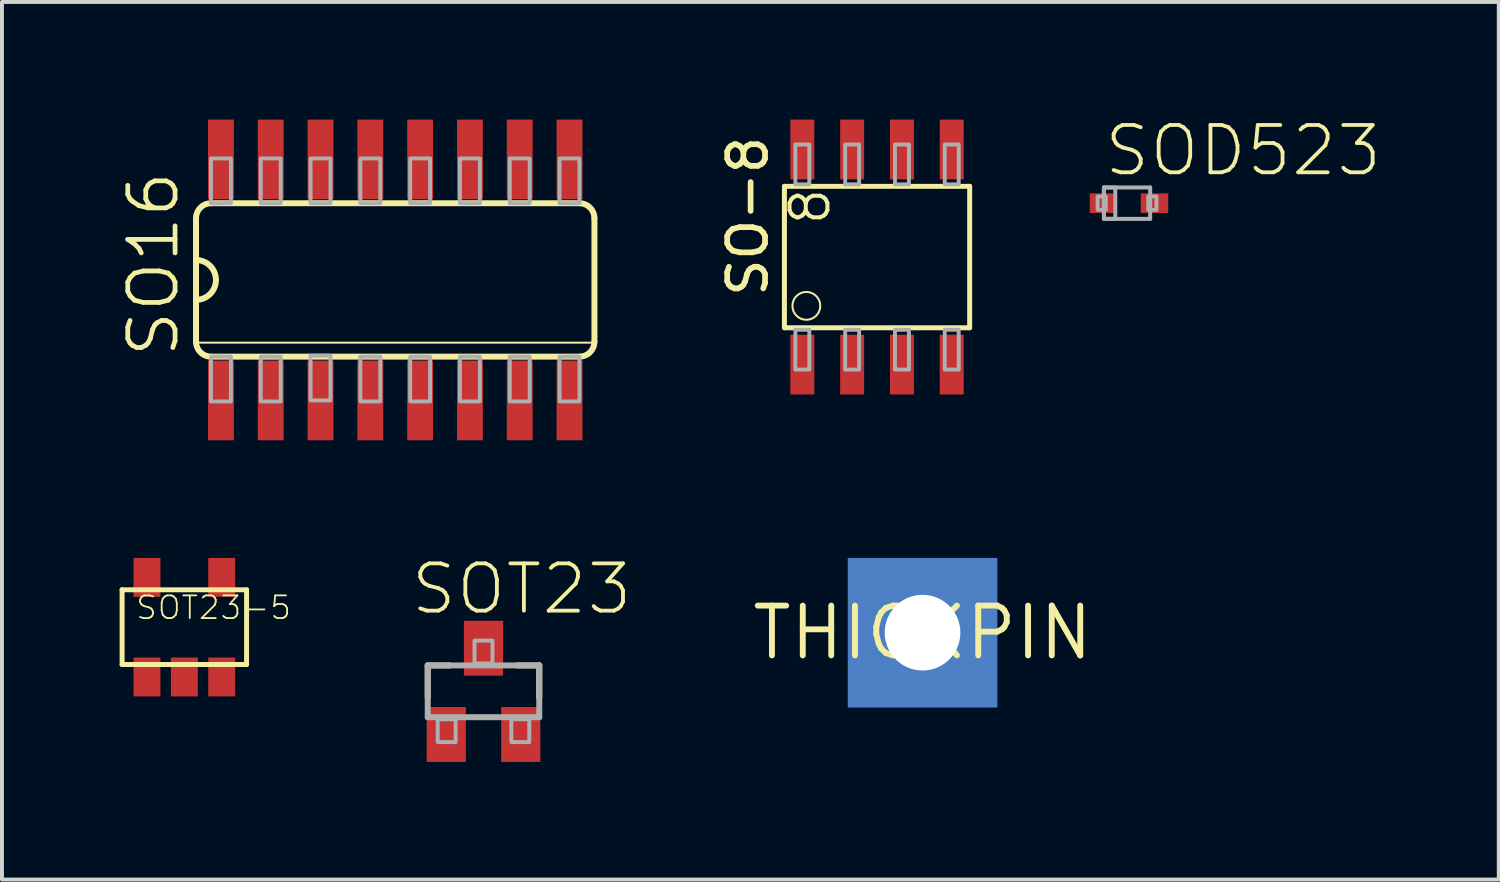
<source format=kicad_pcb>
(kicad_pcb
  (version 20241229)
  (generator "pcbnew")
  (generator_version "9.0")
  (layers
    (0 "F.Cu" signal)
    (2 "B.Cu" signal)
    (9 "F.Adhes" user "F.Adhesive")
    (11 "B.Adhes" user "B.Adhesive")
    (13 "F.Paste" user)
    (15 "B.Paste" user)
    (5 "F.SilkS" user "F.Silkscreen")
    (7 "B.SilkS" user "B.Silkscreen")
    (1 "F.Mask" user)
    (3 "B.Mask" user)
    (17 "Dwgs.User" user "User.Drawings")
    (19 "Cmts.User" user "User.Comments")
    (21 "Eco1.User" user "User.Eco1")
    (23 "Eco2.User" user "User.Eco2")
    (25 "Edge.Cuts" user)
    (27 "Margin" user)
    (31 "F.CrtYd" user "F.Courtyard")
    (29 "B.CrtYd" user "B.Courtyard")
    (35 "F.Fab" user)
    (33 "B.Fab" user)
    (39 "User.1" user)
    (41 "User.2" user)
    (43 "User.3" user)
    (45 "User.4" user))
  (footprint "SOT23"
    (layer "F.Cu")
    (at 9.28 14.58)
    (property "Reference" "SOT23" (at -1.905 -1.905 0) (layer "F.SilkS") (effects (font (size 1.206 1.206) (thickness 0.097)) (justify left bottom)))
    (attr through_hole)
    (fp_line (start -1.422 -0.66) (end -0.864 -0.66) (stroke (width 0.152) (type solid)) (layer "F.SilkS"))
    (fp_line (start -1.422 0.152) (end -1.422 -0.66) (stroke (width 0.152) (type solid)) (layer "F.SilkS"))
    (fp_line (start 0.864 -0.66) (end 1.422 -0.66) (stroke (width 0.152) (type solid)) (layer "F.SilkS"))
    (fp_line (start 1.422 -0.66) (end 1.422 0.152) (stroke (width 0.152) (type solid)) (layer "F.SilkS"))
    (fp_line (start -1.422 -0.66) (end 1.422 -0.66) (stroke (width 0.152) (type solid)) (layer "F.Fab"))
    (fp_line (start -1.422 0.66) (end -1.422 -0.66) (stroke (width 0.152) (type solid)) (layer "F.Fab"))
    (fp_line (start 1.422 -0.66) (end 1.422 0.66) (stroke (width 0.152) (type solid)) (layer "F.Fab"))
    (fp_line (start 1.422 0.66) (end -1.422 0.66) (stroke (width 0.152) (type solid)) (layer "F.Fab"))
    (fp_poly (pts (xy -1.168 1.295) (xy -0.711 1.295) (xy -0.711 0.711) (xy -1.168 0.711)) (stroke (width 0.1) (type solid)) (fill no) (layer "F.Fab"))
    (fp_poly (pts (xy -0.229 -0.711) (xy 0.229 -0.711) (xy 0.229 -1.295) (xy -0.229 -1.295)) (stroke (width 0.1) (type solid)) (fill no) (layer "F.Fab"))
    (fp_poly (pts (xy 0.711 1.295) (xy 1.168 1.295) (xy 1.168 0.711) (xy 0.711 0.711)) (stroke (width 0.1) (type solid)) (fill no) (layer "F.Fab"))
    (pad "1" smd rect (at -0.95 1.1) (size 1 1.4) (layers "F.Cu" "F.Mask" "F.Paste"))
    (pad "2" smd rect (at 0.95 1.1) (size 1 1.4) (layers "F.Cu" "F.Mask" "F.Paste"))
    (pad "3" smd rect (at 0 -1.1) (size 1 1.4) (layers "F.Cu" "F.Mask" "F.Paste")))
  (footprint "SOT23-5"
    (layer "F.Cu")
    (at 1.651 14.214)
    (property "Reference" "SOT23-5" (at -1.27 -1.429 0) (layer "F.SilkS") (effects (font (size 0.579 0.579) (thickness 0.046)) (justify left bottom)))
    (attr through_hole)
    (fp_line (start -1.587 -2.223) (end 1.587 -2.223) (stroke (width 0.127) (type solid)) (layer "F.SilkS"))
    (fp_line (start -1.587 -0.318) (end -1.587 -2.223) (stroke (width 0.127) (type solid)) (layer "F.SilkS"))
    (fp_line (start 1.587 -2.223) (end 1.587 -0.318) (stroke (width 0.127) (type solid)) (layer "F.SilkS"))
    (fp_line (start 1.587 -0.318) (end -1.587 -0.318) (stroke (width 0.127) (type solid)) (layer "F.SilkS"))
    (pad "1" smd rect (at -0.953 0) (size 0.686 0.991) (layers "F.Cu" "F.Mask" "F.Paste"))
    (pad "2" smd rect (at 0 0) (size 0.686 0.991) (layers "F.Cu" "F.Mask" "F.Paste"))
    (pad "3" smd rect (at 0.953 0) (size 0.686 0.991) (layers "F.Cu" "F.Mask" "F.Paste"))
    (pad "4" smd rect (at 0.953 -2.54) (size 0.686 0.991) (layers "F.Cu" "F.Mask" "F.Paste"))
    (pad "5" smd rect (at -0.953 -2.54) (size 0.686 0.991) (layers "F.Cu" "F.Mask" "F.Paste")))
  (footprint "SO-8"
    (layer "F.Cu")
    (at 19.316 3.505)
    (property "Reference" "SO-8" (at -2.731 1.079 90) (layer "F.SilkS") (effects (font (size 0.965 0.965) (thickness 0.145)) (justify left bottom)))
    (attr through_hole)
    (fp_line (start -2.362 -1.803) (end -2.362 1.803) (stroke (width 0.127) (type solid)) (layer "F.SilkS"))
    (fp_line (start -2.362 1.803) (end 2.362 1.803) (stroke (width 0.127) (type solid)) (layer "F.SilkS"))
    (fp_line (start 2.362 -1.803) (end -2.362 -1.803) (stroke (width 0.127) (type solid)) (layer "F.SilkS"))
    (fp_line (start 2.362 1.803) (end 2.362 -1.803) (stroke (width 0.127) (type solid)) (layer "F.SilkS"))
    (fp_circle (center -1.803 1.245) (end -1.448 1.245) (stroke (width 0.051) (type solid)) (fill no) (layer "F.SilkS"))
    (fp_poly (pts (xy -2.083 -1.854) (xy -1.727 -1.854) (xy -1.727 -2.87) (xy -2.083 -2.87)) (stroke (width 0.1) (type solid)) (fill no) (layer "F.Fab"))
    (fp_poly (pts (xy -2.083 2.87) (xy -1.727 2.87) (xy -1.727 1.854) (xy -2.083 1.854)) (stroke (width 0.1) (type solid)) (fill no) (layer "F.Fab"))
    (fp_poly (pts (xy -0.813 -1.854) (xy -0.457 -1.854) (xy -0.457 -2.87) (xy -0.813 -2.87)) (stroke (width 0.1) (type solid)) (fill no) (layer "F.Fab"))
    (fp_poly (pts (xy -0.813 2.87) (xy -0.457 2.87) (xy -0.457 1.854) (xy -0.813 1.854)) (stroke (width 0.1) (type solid)) (fill no) (layer "F.Fab"))
    (fp_poly (pts (xy 0.457 -1.854) (xy 0.813 -1.854) (xy 0.813 -2.87) (xy 0.457 -2.87)) (stroke (width 0.1) (type solid)) (fill no) (layer "F.Fab"))
    (fp_poly (pts (xy 0.457 2.87) (xy 0.813 2.87) (xy 0.813 1.854) (xy 0.457 1.854)) (stroke (width 0.1) (type solid)) (fill no) (layer "F.Fab"))
    (fp_poly (pts (xy 1.727 -1.854) (xy 2.083 -1.854) (xy 2.083 -2.87) (xy 1.727 -2.87)) (stroke (width 0.1) (type solid)) (fill no) (layer "F.Fab"))
    (fp_poly (pts (xy 1.727 2.87) (xy 2.083 2.87) (xy 2.083 1.854) (xy 1.727 1.854)) (stroke (width 0.1) (type solid)) (fill no) (layer "F.Fab"))
    (fp_text user "8" (at -1.143 -0.762 90) (layer "F.SilkS") (effects (font (size 0.965 0.965) (thickness 0.102)) (justify left bottom)))
    (pad "1" smd rect (at -1.905 2.743) (size 0.61 1.524) (layers "F.Cu" "F.Mask" "F.Paste"))
    (pad "2" smd rect (at -0.635 2.743) (size 0.61 1.524) (layers "F.Cu" "F.Mask" "F.Paste"))
    (pad "3" smd rect (at 0.635 2.743) (size 0.61 1.524) (layers "F.Cu" "F.Mask" "F.Paste"))
    (pad "4" smd rect (at 1.905 2.743) (size 0.61 1.524) (layers "F.Cu" "F.Mask" "F.Paste"))
    (pad "5" smd rect (at 1.905 -2.743) (size 0.61 1.524) (layers "F.Cu" "F.Mask" "F.Paste"))
    (pad "6" smd rect (at 0.635 -2.743) (size 0.61 1.524) (layers "F.Cu" "F.Mask" "F.Paste"))
    (pad "7" smd rect (at -0.635 -2.743) (size 0.61 1.524) (layers "F.Cu" "F.Mask" "F.Paste"))
    (pad "8" smd rect (at -1.905 -2.743) (size 0.61 1.524) (layers "F.Cu" "F.Mask" "F.Paste")))
  (footprint "SO16"
    (layer "F.Cu")
    (at 7.029 4.089)
    (property "Reference" "SO16" (at -5.461 2.032 270) (layer "F.SilkS") (effects (font (size 1.206 1.206) (thickness 0.121)) (justify left bottom)))
    (attr through_hole)
    (fp_line (start -5.08 -1.575) (end -5.08 -0.508) (stroke (width 0.152) (type solid)) (layer "F.SilkS"))
    (fp_line (start -5.08 -0.508) (end -5.08 0.508) (stroke (width 0.152) (type solid)) (layer "F.SilkS"))
    (fp_line (start -5.08 0.508) (end -5.08 1.575) (stroke (width 0.152) (type solid)) (layer "F.SilkS"))
    (fp_line (start -5.08 1.6) (end 5.08 1.6) (stroke (width 0.051) (type solid)) (layer "F.SilkS"))
    (fp_line (start -4.699 1.956) (end 4.699 1.956) (stroke (width 0.152) (type solid)) (layer "F.SilkS"))
    (fp_line (start 4.699 -1.956) (end -4.699 -1.956) (stroke (width 0.152) (type solid)) (layer "F.SilkS"))
    (fp_line (start 5.08 1.575) (end 5.08 -1.575) (stroke (width 0.152) (type solid)) (layer "F.SilkS"))
    (fp_arc (start -5.08 -1.5748) (mid -4.968408 -1.844208) (end -4.699 -1.9558) (stroke (width 0.1524) (type solid)) (layer "F.SilkS"))
    (fp_arc (start -5.08 -0.508) (mid -4.572 0) (end -5.08 0.508) (stroke (width 0.1524) (type solid)) (layer "F.SilkS"))
    (fp_arc (start -4.699 1.9558) (mid -4.968408 1.844208) (end -5.08 1.5748) (stroke (width 0.1524) (type solid)) (layer "F.SilkS"))
    (fp_arc (start 4.699 -1.9558) (mid 4.968408 -1.844208) (end 5.08 -1.5748) (stroke (width 0.1524) (type solid)) (layer "F.SilkS"))
    (fp_arc (start 5.08 1.5748) (mid 4.968408 1.844208) (end 4.699 1.9558) (stroke (width 0.1524) (type solid)) (layer "F.SilkS"))
    (fp_poly (pts (xy -4.699 -1.956) (xy -4.191 -1.956) (xy -4.191 -3.099) (xy -4.699 -3.099)) (stroke (width 0.1) (type solid)) (fill no) (layer "F.Fab"))
    (fp_poly (pts (xy -4.699 3.099) (xy -4.191 3.099) (xy -4.191 1.956) (xy -4.699 1.956)) (stroke (width 0.1) (type solid)) (fill no) (layer "F.Fab"))
    (fp_poly (pts (xy -3.429 -1.956) (xy -2.921 -1.956) (xy -2.921 -3.099) (xy -3.429 -3.099)) (stroke (width 0.1) (type solid)) (fill no) (layer "F.Fab"))
    (fp_poly (pts (xy -3.429 3.099) (xy -2.921 3.099) (xy -2.921 1.956) (xy -3.429 1.956)) (stroke (width 0.1) (type solid)) (fill no) (layer "F.Fab"))
    (fp_poly (pts (xy -2.159 -1.956) (xy -1.651 -1.956) (xy -1.651 -3.099) (xy -2.159 -3.099)) (stroke (width 0.1) (type solid)) (fill no) (layer "F.Fab"))
    (fp_poly (pts (xy -2.159 3.073) (xy -1.651 3.073) (xy -1.651 1.93) (xy -2.159 1.93)) (stroke (width 0.1) (type solid)) (fill no) (layer "F.Fab"))
    (fp_poly (pts (xy -0.889 -1.956) (xy -0.381 -1.956) (xy -0.381 -3.099) (xy -0.889 -3.099)) (stroke (width 0.1) (type solid)) (fill no) (layer "F.Fab"))
    (fp_poly (pts (xy -0.889 3.099) (xy -0.381 3.099) (xy -0.381 1.956) (xy -0.889 1.956)) (stroke (width 0.1) (type solid)) (fill no) (layer "F.Fab"))
    (fp_poly (pts (xy 0.381 -1.956) (xy 0.889 -1.956) (xy 0.889 -3.099) (xy 0.381 -3.099)) (stroke (width 0.1) (type solid)) (fill no) (layer "F.Fab"))
    (fp_poly (pts (xy 0.381 3.099) (xy 0.889 3.099) (xy 0.889 1.956) (xy 0.381 1.956)) (stroke (width 0.1) (type solid)) (fill no) (layer "F.Fab"))
    (fp_poly (pts (xy 1.651 -1.956) (xy 2.159 -1.956) (xy 2.159 -3.099) (xy 1.651 -3.099)) (stroke (width 0.1) (type solid)) (fill no) (layer "F.Fab"))
    (fp_poly (pts (xy 1.651 3.099) (xy 2.159 3.099) (xy 2.159 1.956) (xy 1.651 1.956)) (stroke (width 0.1) (type solid)) (fill no) (layer "F.Fab"))
    (fp_poly (pts (xy 2.921 -1.956) (xy 3.429 -1.956) (xy 3.429 -3.099) (xy 2.921 -3.099)) (stroke (width 0.1) (type solid)) (fill no) (layer "F.Fab"))
    (fp_poly (pts (xy 2.921 3.099) (xy 3.429 3.099) (xy 3.429 1.956) (xy 2.921 1.956)) (stroke (width 0.1) (type solid)) (fill no) (layer "F.Fab"))
    (fp_poly (pts (xy 4.191 -1.956) (xy 4.699 -1.956) (xy 4.699 -3.099) (xy 4.191 -3.099)) (stroke (width 0.1) (type solid)) (fill no) (layer "F.Fab"))
    (fp_poly (pts (xy 4.191 3.099) (xy 4.699 3.099) (xy 4.699 1.956) (xy 4.191 1.956)) (stroke (width 0.1) (type solid)) (fill no) (layer "F.Fab"))
    (pad "1" smd rect (at -4.445 3.073) (size 0.66 2.032) (layers "F.Cu" "F.Mask" "F.Paste"))
    (pad "2" smd rect (at -3.175 3.073) (size 0.66 2.032) (layers "F.Cu" "F.Mask" "F.Paste"))
    (pad "3" smd rect (at -1.905 3.073) (size 0.66 2.032) (layers "F.Cu" "F.Mask" "F.Paste"))
    (pad "4" smd rect (at -0.635 3.073) (size 0.66 2.032) (layers "F.Cu" "F.Mask" "F.Paste"))
    (pad "5" smd rect (at 0.635 3.073) (size 0.66 2.032) (layers "F.Cu" "F.Mask" "F.Paste"))
    (pad "6" smd rect (at 1.905 3.073) (size 0.66 2.032) (layers "F.Cu" "F.Mask" "F.Paste"))
    (pad "7" smd rect (at 3.175 3.073) (size 0.66 2.032) (layers "F.Cu" "F.Mask" "F.Paste"))
    (pad "8" smd rect (at 4.445 3.073) (size 0.66 2.032) (layers "F.Cu" "F.Mask" "F.Paste"))
    (pad "9" smd rect (at 4.445 -3.073) (size 0.66 2.032) (layers "F.Cu" "F.Mask" "F.Paste"))
    (pad "10" smd rect (at 3.175 -3.073) (size 0.66 2.032) (layers "F.Cu" "F.Mask" "F.Paste"))
    (pad "11" smd rect (at 1.905 -3.073) (size 0.66 2.032) (layers "F.Cu" "F.Mask" "F.Paste"))
    (pad "12" smd rect (at 0.635 -3.073) (size 0.66 2.032) (layers "F.Cu" "F.Mask" "F.Paste"))
    (pad "13" smd rect (at -0.635 -3.073) (size 0.66 2.032) (layers "F.Cu" "F.Mask" "F.Paste"))
    (pad "14" smd rect (at -1.905 -3.073) (size 0.66 2.032) (layers "F.Cu" "F.Mask" "F.Paste"))
    (pad "15" smd rect (at -3.175 -3.073) (size 0.66 2.032) (layers "F.Cu" "F.Mask" "F.Paste"))
    (pad "16" smd rect (at -4.445 -3.073) (size 0.66 2.032) (layers "F.Cu" "F.Mask" "F.Paste")))
  (footprint "SOD523"
    (layer "F.Cu")
    (at 25.691 2.131)
    (property "Reference" "SOD523" (at -0.635 -0.635 180) (layer "F.SilkS") (effects (font (size 1.206 1.206) (thickness 0.097)) (justify left bottom)))
    (attr through_hole)
    (fp_line (start -0.59 -0.4) (end 0.59 -0.4) (stroke (width 0.102) (type solid)) (layer "F.Fab"))
    (fp_line (start -0.59 0.4) (end -0.59 -0.4) (stroke (width 0.102) (type solid)) (layer "F.Fab"))
    (fp_line (start 0.59 -0.4) (end 0.59 0.4) (stroke (width 0.102) (type solid)) (layer "F.Fab"))
    (fp_line (start 0.59 0.4) (end -0.59 0.4) (stroke (width 0.102) (type solid)) (layer "F.Fab"))
    (fp_poly (pts (xy -0.75 0.17) (xy -0.54 0.17) (xy -0.54 -0.17) (xy -0.75 -0.17)) (stroke (width 0.1) (type solid)) (fill no) (layer "F.Fab"))
    (fp_poly (pts (xy -0.59 0.4) (xy -0.3 0.4) (xy -0.3 -0.4) (xy -0.59 -0.4)) (stroke (width 0.1) (type solid)) (fill no) (layer "F.Fab"))
    (fp_poly (pts (xy 0.54 0.17) (xy 0.75 0.17) (xy 0.75 -0.17) (xy 0.54 -0.17)) (stroke (width 0.1) (type solid)) (fill no) (layer "F.Fab"))
    (pad "A" smd rect (at 0.7 0) (size 0.7 0.5) (layers "F.Cu" "F.Mask" "F.Paste"))
    (pad "C" smd rect (at -0.6 0) (size 0.7 0.5) (layers "F.Cu" "F.Mask" "F.Paste")))
  (footprint "THICKPIN"
    (layer "F.Cu")
    (at 20.476 13.084)
    (property "Reference" "THICKPIN" (at 0 0 0) (layer "F.SilkS") (effects (font (size 1.27 1.27) (thickness 0.15))))
    (attr through_hole)
    (pad "1" thru_hole rect (at 0 0) (size 3.81 3.81) (drill 1.93) (layers "*.Cu" "*.Mask")))
  (gr_rect
    (start -3 -3)
    (end 35.171 19.38)
    (stroke (width 0.1) (type default))
    (fill no)
    (layer "Edge.Cuts")))
</source>
